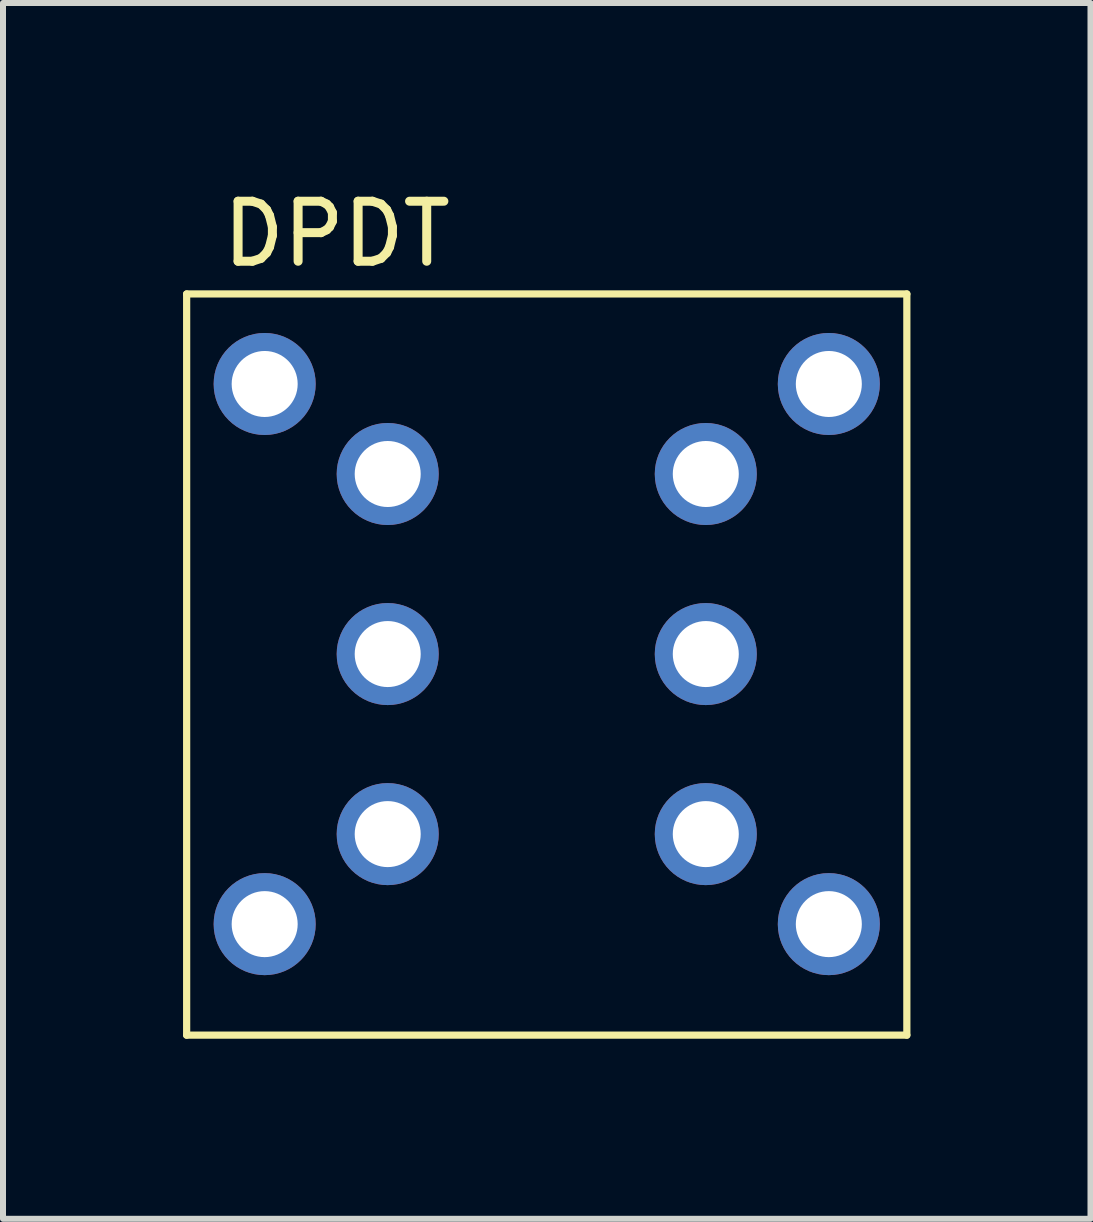
<source format=kicad_pcb>
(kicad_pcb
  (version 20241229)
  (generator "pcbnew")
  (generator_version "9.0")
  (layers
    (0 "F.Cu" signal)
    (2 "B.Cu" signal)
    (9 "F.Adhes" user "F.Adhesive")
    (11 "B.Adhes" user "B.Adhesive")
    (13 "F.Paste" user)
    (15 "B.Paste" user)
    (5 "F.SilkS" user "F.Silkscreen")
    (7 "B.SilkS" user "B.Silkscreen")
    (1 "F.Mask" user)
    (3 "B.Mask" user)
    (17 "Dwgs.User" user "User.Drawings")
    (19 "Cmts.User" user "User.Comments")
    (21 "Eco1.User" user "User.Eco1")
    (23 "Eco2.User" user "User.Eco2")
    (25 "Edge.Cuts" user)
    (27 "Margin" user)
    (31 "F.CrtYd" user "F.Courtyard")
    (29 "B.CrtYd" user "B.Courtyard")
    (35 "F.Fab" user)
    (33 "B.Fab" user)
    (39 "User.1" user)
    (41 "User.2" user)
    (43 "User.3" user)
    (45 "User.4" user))
  (footprint "DPDT"
    (layer "F.Cu")
    (at 6.06 7.848)
    (property "Reference" "DPDT" (at -3.5 -7 0) (layer "F.SilkS") (effects (font (size 1 1) (thickness 0.15))))
    (attr through_hole)
    (fp_line (start -6 -6) (end 6 -6) (stroke (width 0.12) (type solid)) (layer "F.SilkS"))
    (fp_line (start -6 6.35) (end -6 -6) (stroke (width 0.12) (type solid)) (layer "F.SilkS"))
    (fp_line (start 6 -6) (end 6 6.35) (stroke (width 0.12) (type solid)) (layer "F.SilkS"))
    (fp_line (start 6 6.35) (end -6 6.35) (stroke (width 0.12) (type solid)) (layer "F.SilkS"))
    (pad "0" thru_hole circle (at -4.7 -4.5) (size 1.7 1.7) (drill 1.1) (layers "*.Cu" "*.Mask"))
    (pad "0" thru_hole circle (at -4.7 4.5) (size 1.7 1.7) (drill 1.1) (layers "*.Cu" "*.Mask"))
    (pad "0" thru_hole circle (at 4.7 -4.5) (size 1.7 1.7) (drill 1.1) (layers "*.Cu" "*.Mask"))
    (pad "0" thru_hole circle (at 4.7 4.5) (size 1.7 1.7) (drill 1.1) (layers "*.Cu" "*.Mask"))
    (pad "1" thru_hole circle (at 2.65 -3) (size 1.7 1.7) (drill 1.1) (layers "*.Cu" "*.Mask"))
    (pad "2" thru_hole circle (at 2.65 0) (size 1.7 1.7) (drill 1.1) (layers "*.Cu" "*.Mask"))
    (pad "3" thru_hole circle (at 2.65 3) (size 1.7 1.7) (drill 1.1) (layers "*.Cu" "*.Mask"))
    (pad "4" thru_hole circle (at -2.65 -3) (size 1.7 1.7) (drill 1.1) (layers "*.Cu" "*.Mask"))
    (pad "5" thru_hole circle (at -2.65 0) (size 1.7 1.7) (drill 1.1) (layers "*.Cu" "*.Mask"))
    (pad "6" thru_hole circle (at -2.65 3) (size 1.7 1.7) (drill 1.1) (layers "*.Cu" "*.Mask")))
  (gr_rect
    (start -3 -3)
    (end 15.12 17.258)
    (stroke (width 0.1) (type default))
    (fill no)
    (layer "Edge.Cuts")))
</source>
